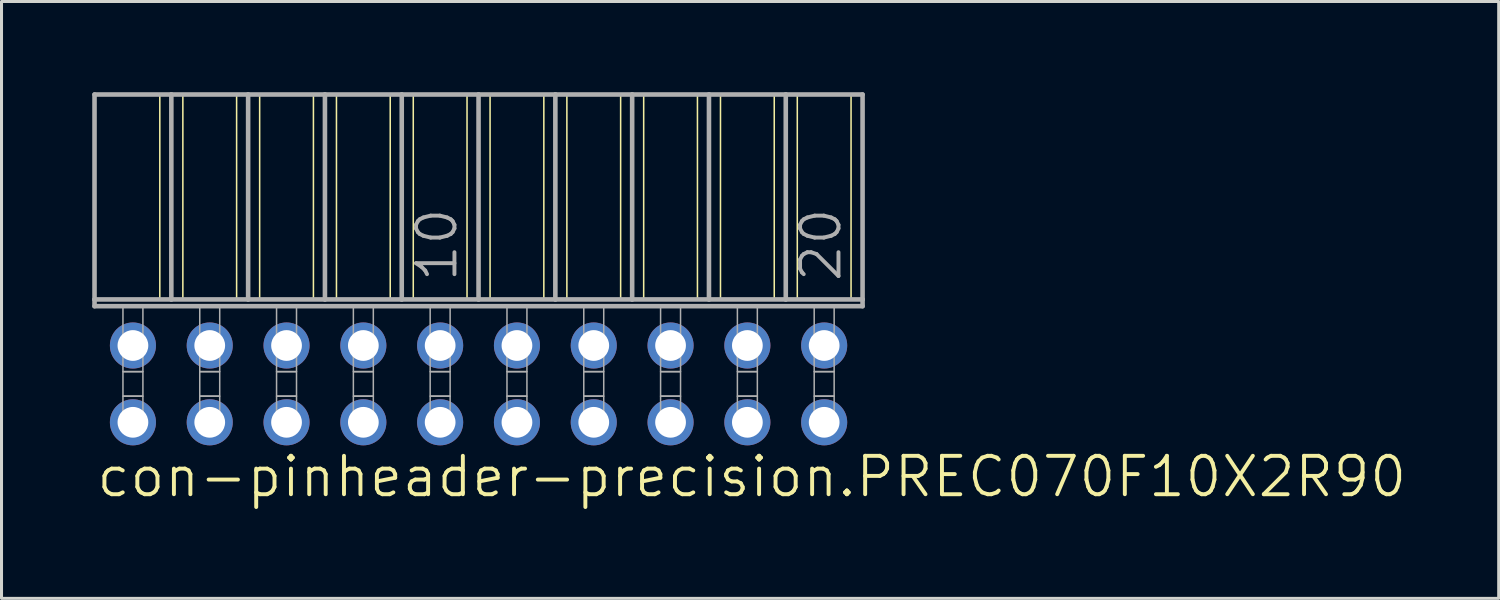
<source format=kicad_pcb>
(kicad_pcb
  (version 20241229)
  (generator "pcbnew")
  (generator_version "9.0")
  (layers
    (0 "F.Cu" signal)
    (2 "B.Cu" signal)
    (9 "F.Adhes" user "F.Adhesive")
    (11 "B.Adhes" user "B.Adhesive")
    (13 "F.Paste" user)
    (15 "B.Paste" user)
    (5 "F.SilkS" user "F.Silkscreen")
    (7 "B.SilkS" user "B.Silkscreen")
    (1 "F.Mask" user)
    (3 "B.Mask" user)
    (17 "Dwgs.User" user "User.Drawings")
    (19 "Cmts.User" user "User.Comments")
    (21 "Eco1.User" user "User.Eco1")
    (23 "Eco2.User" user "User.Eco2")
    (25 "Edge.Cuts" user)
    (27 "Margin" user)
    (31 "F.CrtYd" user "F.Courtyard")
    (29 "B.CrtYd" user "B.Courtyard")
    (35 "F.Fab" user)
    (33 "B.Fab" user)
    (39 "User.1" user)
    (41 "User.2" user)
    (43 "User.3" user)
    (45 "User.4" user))
  (footprint "con-pinheader-precision.PREC070F10X2R90"
    (layer "F.Cu")
    (at 12.776 9.646)
    (property "Reference" "con-pinheader-precision.PREC070F10X2R90" (at -12.7 3.81 0) (layer "F.SilkS") (effects (font (size 1.27 1.27) (thickness 0.13)) (justify left bottom)))
    (attr through_hole)
    (fp_line (start -10.541 -9.57) (end -10.541 -2.794) (stroke (width 0.051) (type default)) (layer "F.SilkS"))
    (fp_line (start -9.779 -9.57) (end -9.779 -2.794) (stroke (width 0.051) (type default)) (layer "F.SilkS"))
    (fp_line (start -8.001 -9.57) (end -8.001 -2.794) (stroke (width 0.051) (type default)) (layer "F.SilkS"))
    (fp_line (start -7.239 -9.57) (end -7.239 -2.794) (stroke (width 0.051) (type default)) (layer "F.SilkS"))
    (fp_line (start -5.461 -9.57) (end -5.461 -2.794) (stroke (width 0.051) (type default)) (layer "F.SilkS"))
    (fp_line (start -4.699 -9.57) (end -4.699 -2.794) (stroke (width 0.051) (type default)) (layer "F.SilkS"))
    (fp_line (start -2.921 -9.57) (end -2.921 -2.794) (stroke (width 0.051) (type default)) (layer "F.SilkS"))
    (fp_line (start -2.159 -9.57) (end -2.159 -2.794) (stroke (width 0.051) (type default)) (layer "F.SilkS"))
    (fp_line (start -0.381 -9.57) (end -0.381 -2.794) (stroke (width 0.051) (type default)) (layer "F.SilkS"))
    (fp_line (start 0.381 -9.57) (end 0.381 -2.794) (stroke (width 0.051) (type default)) (layer "F.SilkS"))
    (fp_line (start 2.159 -9.57) (end 2.159 -2.794) (stroke (width 0.051) (type default)) (layer "F.SilkS"))
    (fp_line (start 2.921 -9.57) (end 2.921 -2.794) (stroke (width 0.051) (type default)) (layer "F.SilkS"))
    (fp_line (start 4.699 -9.57) (end 4.699 -2.794) (stroke (width 0.051) (type default)) (layer "F.SilkS"))
    (fp_line (start 5.461 -9.57) (end 5.461 -2.794) (stroke (width 0.051) (type default)) (layer "F.SilkS"))
    (fp_line (start 7.239 -9.57) (end 7.239 -2.794) (stroke (width 0.051) (type default)) (layer "F.SilkS"))
    (fp_line (start 8.001 -9.57) (end 8.001 -2.794) (stroke (width 0.051) (type default)) (layer "F.SilkS"))
    (fp_line (start 9.779 -9.57) (end 9.779 -2.794) (stroke (width 0.051) (type default)) (layer "F.SilkS"))
    (fp_line (start 10.541 -9.57) (end 10.541 -2.794) (stroke (width 0.051) (type default)) (layer "F.SilkS"))
    (fp_line (start 12.319 -9.57) (end 12.319 -2.794) (stroke (width 0.051) (type default)) (layer "F.SilkS"))
    (fp_line (start -12.7 -9.57) (end -10.16 -9.57) (stroke (width 0.152) (type default)) (layer "F.Fab"))
    (fp_line (start -12.7 -2.794) (end -12.7 -9.57) (stroke (width 0.152) (type default)) (layer "F.Fab"))
    (fp_line (start -12.7 -2.57) (end -12.7 -2.794) (stroke (width 0.152) (type default)) (layer "F.Fab"))
    (fp_line (start -12.7 -2.57) (end 12.7 -2.57) (stroke (width 0.152) (type default)) (layer "F.Fab"))
    (fp_line (start -10.16 -9.57) (end -7.62 -9.57) (stroke (width 0.152) (type default)) (layer "F.Fab"))
    (fp_line (start -10.16 -2.794) (end -12.7 -2.794) (stroke (width 0.152) (type default)) (layer "F.Fab"))
    (fp_line (start -10.16 -2.794) (end -10.16 -9.57) (stroke (width 0.152) (type default)) (layer "F.Fab"))
    (fp_line (start -10.16 -2.794) (end -7.62 -2.794) (stroke (width 0.152) (type default)) (layer "F.Fab"))
    (fp_line (start -7.62 -9.57) (end -5.08 -9.57) (stroke (width 0.152) (type default)) (layer "F.Fab"))
    (fp_line (start -7.62 -2.794) (end -7.62 -9.57) (stroke (width 0.152) (type default)) (layer "F.Fab"))
    (fp_line (start -5.08 -9.57) (end -2.54 -9.57) (stroke (width 0.152) (type default)) (layer "F.Fab"))
    (fp_line (start -5.08 -2.794) (end -7.62 -2.794) (stroke (width 0.152) (type default)) (layer "F.Fab"))
    (fp_line (start -5.08 -2.794) (end -5.08 -9.57) (stroke (width 0.152) (type default)) (layer "F.Fab"))
    (fp_line (start -2.54 -9.57) (end 0 -9.57) (stroke (width 0.152) (type default)) (layer "F.Fab"))
    (fp_line (start -2.54 -2.794) (end -5.08 -2.794) (stroke (width 0.152) (type default)) (layer "F.Fab"))
    (fp_line (start -2.54 -2.794) (end -2.54 -9.57) (stroke (width 0.152) (type default)) (layer "F.Fab"))
    (fp_line (start 0 -9.57) (end 2.54 -9.57) (stroke (width 0.152) (type default)) (layer "F.Fab"))
    (fp_line (start 0 -2.794) (end -2.54 -2.794) (stroke (width 0.152) (type default)) (layer "F.Fab"))
    (fp_line (start 0 -2.794) (end 0 -9.57) (stroke (width 0.152) (type default)) (layer "F.Fab"))
    (fp_line (start 2.54 -9.57) (end 5.08 -9.57) (stroke (width 0.152) (type default)) (layer "F.Fab"))
    (fp_line (start 2.54 -2.794) (end 0 -2.794) (stroke (width 0.152) (type default)) (layer "F.Fab"))
    (fp_line (start 2.54 -2.794) (end 2.54 -9.57) (stroke (width 0.152) (type default)) (layer "F.Fab"))
    (fp_line (start 2.54 -2.794) (end 5.08 -2.794) (stroke (width 0.152) (type default)) (layer "F.Fab"))
    (fp_line (start 5.08 -9.57) (end 7.62 -9.57) (stroke (width 0.152) (type default)) (layer "F.Fab"))
    (fp_line (start 5.08 -2.794) (end 5.08 -9.57) (stroke (width 0.152) (type default)) (layer "F.Fab"))
    (fp_line (start 7.62 -9.57) (end 10.16 -9.57) (stroke (width 0.152) (type default)) (layer "F.Fab"))
    (fp_line (start 7.62 -2.794) (end 5.08 -2.794) (stroke (width 0.152) (type default)) (layer "F.Fab"))
    (fp_line (start 7.62 -2.794) (end 7.62 -9.57) (stroke (width 0.152) (type default)) (layer "F.Fab"))
    (fp_line (start 10.16 -9.57) (end 12.7 -9.57) (stroke (width 0.152) (type default)) (layer "F.Fab"))
    (fp_line (start 10.16 -2.794) (end 7.62 -2.794) (stroke (width 0.152) (type default)) (layer "F.Fab"))
    (fp_line (start 10.16 -2.794) (end 10.16 -9.57) (stroke (width 0.152) (type default)) (layer "F.Fab"))
    (fp_line (start 12.7 -2.794) (end 10.16 -2.794) (stroke (width 0.152) (type default)) (layer "F.Fab"))
    (fp_line (start 12.7 -2.794) (end 12.7 -9.57) (stroke (width 0.152) (type default)) (layer "F.Fab"))
    (fp_line (start 12.7 -2.57) (end 12.7 -2.794) (stroke (width 0.152) (type default)) (layer "F.Fab"))
    (fp_rect (start -11.76 -0.406) (end -11.1 -2.57) (stroke (width 0.05) (type default)) (fill no) (layer "F.Fab"))
    (fp_rect (start -11.76 0.406) (end -11.1 -0.406) (stroke (width 0.05) (type default)) (fill no) (layer "F.Fab"))
    (fp_rect (start -11.76 1.575) (end -11.1 0.406) (stroke (width 0.05) (type default)) (fill no) (layer "F.Fab"))
    (fp_rect (start -9.22 -0.406) (end -8.56 -2.57) (stroke (width 0.05) (type default)) (fill no) (layer "F.Fab"))
    (fp_rect (start -9.22 0.406) (end -8.56 -0.406) (stroke (width 0.05) (type default)) (fill no) (layer "F.Fab"))
    (fp_rect (start -9.22 1.575) (end -8.56 0.406) (stroke (width 0.05) (type default)) (fill no) (layer "F.Fab"))
    (fp_rect (start -6.68 -0.406) (end -6.02 -2.57) (stroke (width 0.05) (type default)) (fill no) (layer "F.Fab"))
    (fp_rect (start -6.68 0.406) (end -6.02 -0.406) (stroke (width 0.05) (type default)) (fill no) (layer "F.Fab"))
    (fp_rect (start -6.68 1.575) (end -6.02 0.406) (stroke (width 0.05) (type default)) (fill no) (layer "F.Fab"))
    (fp_rect (start -4.14 -0.406) (end -3.48 -2.57) (stroke (width 0.05) (type default)) (fill no) (layer "F.Fab"))
    (fp_rect (start -4.14 0.406) (end -3.48 -0.406) (stroke (width 0.05) (type default)) (fill no) (layer "F.Fab"))
    (fp_rect (start -4.14 1.575) (end -3.48 0.406) (stroke (width 0.05) (type default)) (fill no) (layer "F.Fab"))
    (fp_rect (start -1.6 -0.406) (end -0.94 -2.57) (stroke (width 0.05) (type default)) (fill no) (layer "F.Fab"))
    (fp_rect (start -1.6 0.406) (end -0.94 -0.406) (stroke (width 0.05) (type default)) (fill no) (layer "F.Fab"))
    (fp_rect (start -1.6 1.575) (end -0.94 0.406) (stroke (width 0.05) (type default)) (fill no) (layer "F.Fab"))
    (fp_rect (start 0.94 -0.406) (end 1.6 -2.57) (stroke (width 0.05) (type default)) (fill no) (layer "F.Fab"))
    (fp_rect (start 0.94 0.406) (end 1.6 -0.406) (stroke (width 0.05) (type default)) (fill no) (layer "F.Fab"))
    (fp_rect (start 0.94 1.575) (end 1.6 0.406) (stroke (width 0.05) (type default)) (fill no) (layer "F.Fab"))
    (fp_rect (start 3.48 -0.406) (end 4.14 -2.57) (stroke (width 0.05) (type default)) (fill no) (layer "F.Fab"))
    (fp_rect (start 3.48 0.406) (end 4.14 -0.406) (stroke (width 0.05) (type default)) (fill no) (layer "F.Fab"))
    (fp_rect (start 3.48 1.575) (end 4.14 0.406) (stroke (width 0.05) (type default)) (fill no) (layer "F.Fab"))
    (fp_rect (start 6.02 -0.406) (end 6.68 -2.57) (stroke (width 0.05) (type default)) (fill no) (layer "F.Fab"))
    (fp_rect (start 6.02 0.406) (end 6.68 -0.406) (stroke (width 0.05) (type default)) (fill no) (layer "F.Fab"))
    (fp_rect (start 6.02 1.575) (end 6.68 0.406) (stroke (width 0.05) (type default)) (fill no) (layer "F.Fab"))
    (fp_rect (start 8.56 -0.406) (end 9.22 -2.57) (stroke (width 0.05) (type default)) (fill no) (layer "F.Fab"))
    (fp_rect (start 8.56 0.406) (end 9.22 -0.406) (stroke (width 0.05) (type default)) (fill no) (layer "F.Fab"))
    (fp_rect (start 8.56 1.575) (end 9.22 0.406) (stroke (width 0.05) (type default)) (fill no) (layer "F.Fab"))
    (fp_rect (start 11.1 -0.406) (end 11.76 -2.57) (stroke (width 0.05) (type default)) (fill no) (layer "F.Fab"))
    (fp_rect (start 11.1 0.406) (end 11.76 -0.406) (stroke (width 0.05) (type default)) (fill no) (layer "F.Fab"))
    (fp_rect (start 11.1 1.575) (end 11.76 0.406) (stroke (width 0.05) (type default)) (fill no) (layer "F.Fab"))
    (fp_text user "20" (at 12.065 -3.302 90) (layer "F.Fab") (effects (font (size 1.27 1.27) (thickness 0.13)) (justify left bottom)))
    (fp_text user "10" (at -0.635 -3.302 90) (layer "F.Fab") (effects (font (size 1.27 1.27) (thickness 0.13)) (justify left bottom)))
    (pad "1" thru_hole circle (at -11.43 -1.27 180) (size 1.524 1.524) (drill 1.016) (layers "*.Cu" "*.Mask"))
    (pad "2" thru_hole circle (at -11.43 1.27 180) (size 1.524 1.524) (drill 1.016) (layers "*.Cu" "*.Mask"))
    (pad "3" thru_hole circle (at -8.89 -1.27 180) (size 1.524 1.524) (drill 1.016) (layers "*.Cu" "*.Mask"))
    (pad "4" thru_hole circle (at -8.89 1.27 180) (size 1.524 1.524) (drill 1.016) (layers "*.Cu" "*.Mask"))
    (pad "5" thru_hole circle (at -6.35 -1.27 180) (size 1.524 1.524) (drill 1.016) (layers "*.Cu" "*.Mask"))
    (pad "6" thru_hole circle (at -6.35 1.27 180) (size 1.524 1.524) (drill 1.016) (layers "*.Cu" "*.Mask"))
    (pad "7" thru_hole circle (at -3.81 -1.27 180) (size 1.524 1.524) (drill 1.016) (layers "*.Cu" "*.Mask"))
    (pad "8" thru_hole circle (at -3.81 1.27 180) (size 1.524 1.524) (drill 1.016) (layers "*.Cu" "*.Mask"))
    (pad "9" thru_hole circle (at -1.27 -1.27 180) (size 1.524 1.524) (drill 1.016) (layers "*.Cu" "*.Mask"))
    (pad "10" thru_hole circle (at -1.27 1.27 180) (size 1.524 1.524) (drill 1.016) (layers "*.Cu" "*.Mask"))
    (pad "11" thru_hole circle (at 1.27 -1.27 180) (size 1.524 1.524) (drill 1.016) (layers "*.Cu" "*.Mask"))
    (pad "12" thru_hole circle (at 1.27 1.27 180) (size 1.524 1.524) (drill 1.016) (layers "*.Cu" "*.Mask"))
    (pad "13" thru_hole circle (at 3.81 -1.27 180) (size 1.524 1.524) (drill 1.016) (layers "*.Cu" "*.Mask"))
    (pad "14" thru_hole circle (at 3.81 1.27 180) (size 1.524 1.524) (drill 1.016) (layers "*.Cu" "*.Mask"))
    (pad "15" thru_hole circle (at 6.35 -1.27 180) (size 1.524 1.524) (drill 1.016) (layers "*.Cu" "*.Mask"))
    (pad "16" thru_hole circle (at 6.35 1.27 180) (size 1.524 1.524) (drill 1.016) (layers "*.Cu" "*.Mask"))
    (pad "17" thru_hole circle (at 8.89 -1.27 180) (size 1.524 1.524) (drill 1.016) (layers "*.Cu" "*.Mask"))
    (pad "18" thru_hole circle (at 8.89 1.27 180) (size 1.524 1.524) (drill 1.016) (layers "*.Cu" "*.Mask"))
    (pad "19" thru_hole circle (at 11.43 -1.27 180) (size 1.524 1.524) (drill 1.016) (layers "*.Cu" "*.Mask"))
    (pad "20" thru_hole circle (at 11.43 1.27 180) (size 1.524 1.524) (drill 1.016) (layers "*.Cu" "*.Mask")))
  (gr_rect
    (start -3 -3)
    (end 46.513 16.738)
    (stroke (width 0.1) (type default))
    (fill no)
    (layer "Edge.Cuts")))
</source>
